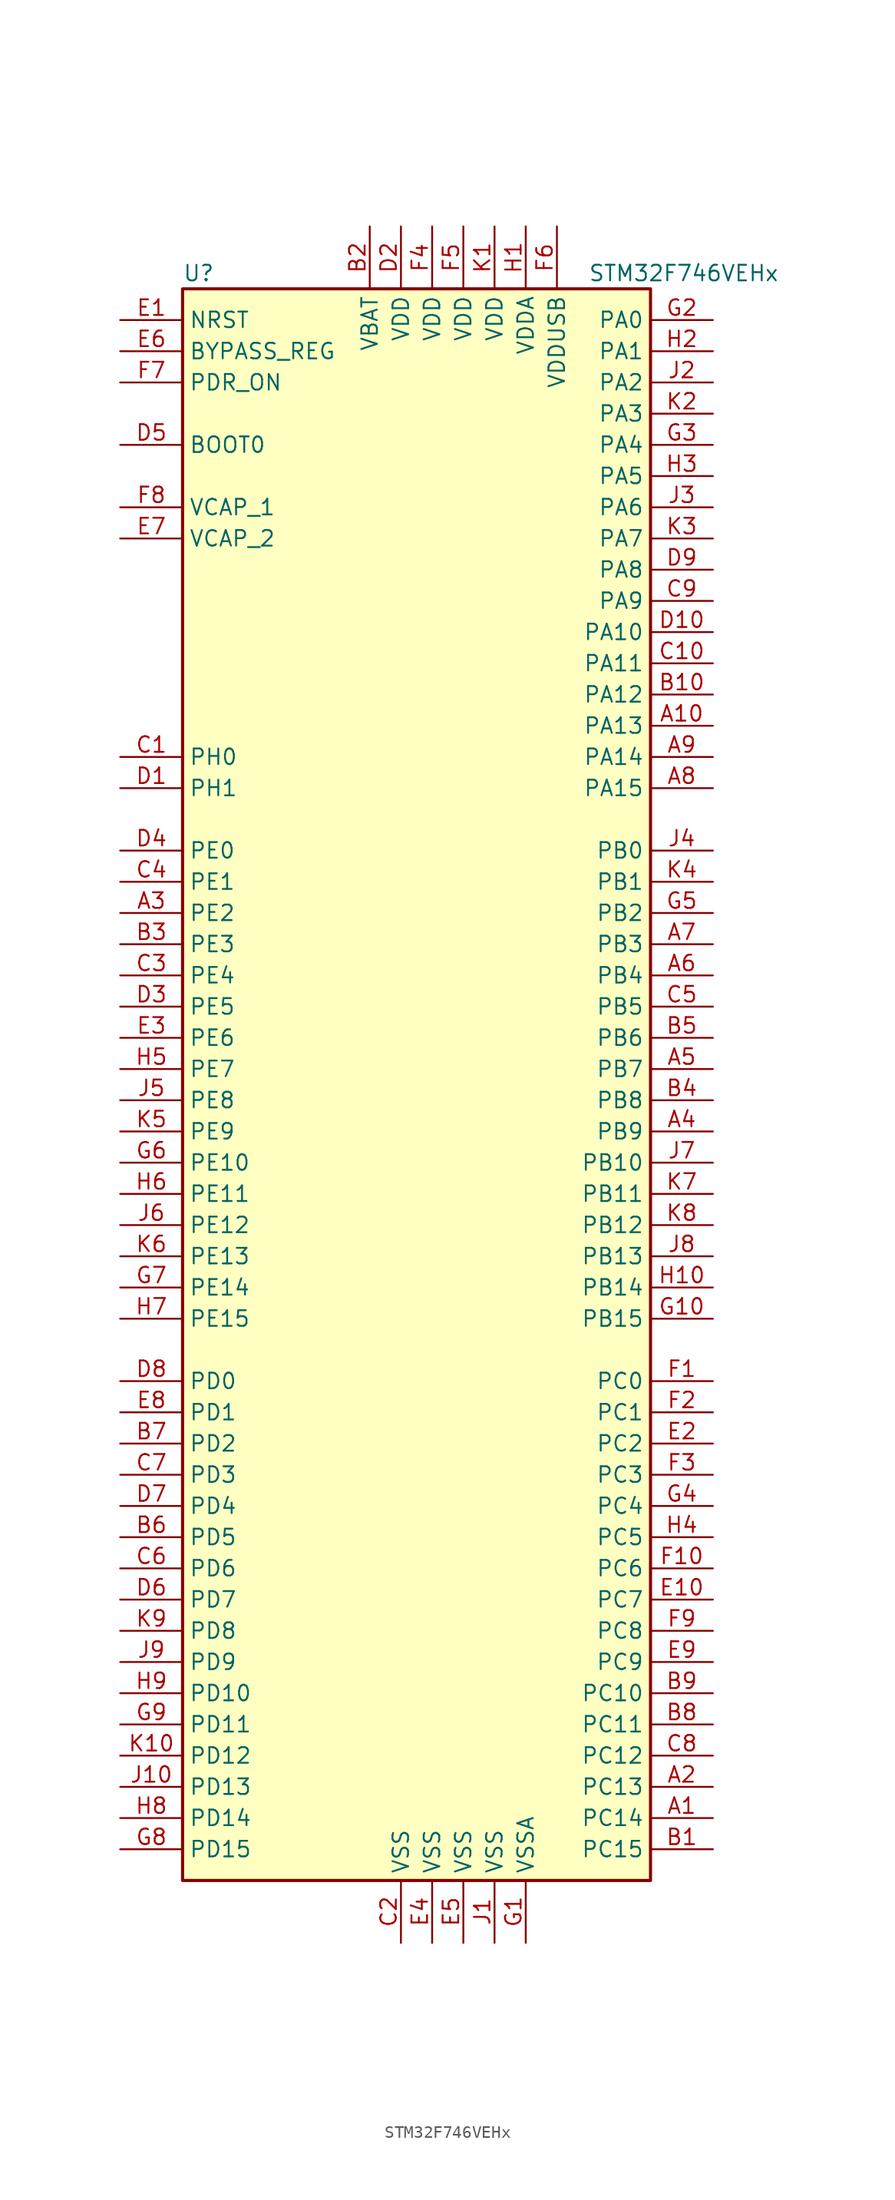
<source format=kicad_sym>
(kicad_symbol_lib
  (version 20201005)
  (generator kicad_symbol_editor)
  (symbol "MCU_ST_STM32F7:STM32F746VEHx"
    (property "Reference" "U"
      (at -20.32 64.77 0)
      (effects (font (size 1.27 1.27)) (justify left)))
    (property "Value" "STM32F746VEHx"
      (at 12.7 64.77 0)
      (effects (font (size 1.27 1.27)) (justify left)))
    (symbol "STM32F746VEHx_0_1"
      (rectangle (start -20.32 -66.04) (end 17.78 63.5) (stroke (width 0.254)) (fill (type background))))
    (symbol "STM32F746VEHx_1_1"
      (pin input line (at -25.4 50.8 0) (length 5.08) (name "BOOT0" (effects (font (size 1.27 1.27)))) (number "D5" (effects (font (size 1.27 1.27)))))
      (pin input line (at -25.4 58.42 0) (length 5.08) (name "BYPASS_REG" (effects (font (size 1.27 1.27)))) (number "E6" (effects (font (size 1.27 1.27)))))
      (pin input line (at -25.4 60.96 0) (length 5.08) (name "NRST" (effects (font (size 1.27 1.27)))) (number "E1" (effects (font (size 1.27 1.27)))))
      (pin bidirectional line (at 22.86 60.96 180) (length 5.08) (name "PA0" (effects (font (size 1.27 1.27)))) (number "G2" (effects (font (size 1.27 1.27)))))
      (pin bidirectional line (at 22.86 58.42 180) (length 5.08) (name "PA1" (effects (font (size 1.27 1.27)))) (number "H2" (effects (font (size 1.27 1.27)))))
      (pin bidirectional line (at 22.86 35.56 180) (length 5.08) (name "PA10" (effects (font (size 1.27 1.27)))) (number "D10" (effects (font (size 1.27 1.27)))))
      (pin bidirectional line (at 22.86 33.02 180) (length 5.08) (name "PA11" (effects (font (size 1.27 1.27)))) (number "C10" (effects (font (size 1.27 1.27)))))
      (pin bidirectional line (at 22.86 30.48 180) (length 5.08) (name "PA12" (effects (font (size 1.27 1.27)))) (number "B10" (effects (font (size 1.27 1.27)))))
      (pin bidirectional line (at 22.86 27.94 180) (length 5.08) (name "PA13" (effects (font (size 1.27 1.27)))) (number "A10" (effects (font (size 1.27 1.27)))))
      (pin bidirectional line (at 22.86 25.4 180) (length 5.08) (name "PA14" (effects (font (size 1.27 1.27)))) (number "A9" (effects (font (size 1.27 1.27)))))
      (pin bidirectional line (at 22.86 22.86 180) (length 5.08) (name "PA15" (effects (font (size 1.27 1.27)))) (number "A8" (effects (font (size 1.27 1.27)))))
      (pin bidirectional line (at 22.86 55.88 180) (length 5.08) (name "PA2" (effects (font (size 1.27 1.27)))) (number "J2" (effects (font (size 1.27 1.27)))))
      (pin bidirectional line (at 22.86 53.34 180) (length 5.08) (name "PA3" (effects (font (size 1.27 1.27)))) (number "K2" (effects (font (size 1.27 1.27)))))
      (pin bidirectional line (at 22.86 50.8 180) (length 5.08) (name "PA4" (effects (font (size 1.27 1.27)))) (number "G3" (effects (font (size 1.27 1.27)))))
      (pin bidirectional line (at 22.86 48.26 180) (length 5.08) (name "PA5" (effects (font (size 1.27 1.27)))) (number "H3" (effects (font (size 1.27 1.27)))))
      (pin bidirectional line (at 22.86 45.72 180) (length 5.08) (name "PA6" (effects (font (size 1.27 1.27)))) (number "J3" (effects (font (size 1.27 1.27)))))
      (pin bidirectional line (at 22.86 43.18 180) (length 5.08) (name "PA7" (effects (font (size 1.27 1.27)))) (number "K3" (effects (font (size 1.27 1.27)))))
      (pin bidirectional line (at 22.86 40.64 180) (length 5.08) (name "PA8" (effects (font (size 1.27 1.27)))) (number "D9" (effects (font (size 1.27 1.27)))))
      (pin bidirectional line (at 22.86 38.1 180) (length 5.08) (name "PA9" (effects (font (size 1.27 1.27)))) (number "C9" (effects (font (size 1.27 1.27)))))
      (pin bidirectional line (at 22.86 17.78 180) (length 5.08) (name "PB0" (effects (font (size 1.27 1.27)))) (number "J4" (effects (font (size 1.27 1.27)))))
      (pin bidirectional line (at 22.86 15.24 180) (length 5.08) (name "PB1" (effects (font (size 1.27 1.27)))) (number "K4" (effects (font (size 1.27 1.27)))))
      (pin bidirectional line (at 22.86 -7.62 180) (length 5.08) (name "PB10" (effects (font (size 1.27 1.27)))) (number "J7" (effects (font (size 1.27 1.27)))))
      (pin bidirectional line (at 22.86 -10.16 180) (length 5.08) (name "PB11" (effects (font (size 1.27 1.27)))) (number "K7" (effects (font (size 1.27 1.27)))))
      (pin bidirectional line (at 22.86 -12.7 180) (length 5.08) (name "PB12" (effects (font (size 1.27 1.27)))) (number "K8" (effects (font (size 1.27 1.27)))))
      (pin bidirectional line (at 22.86 -15.24 180) (length 5.08) (name "PB13" (effects (font (size 1.27 1.27)))) (number "J8" (effects (font (size 1.27 1.27)))))
      (pin bidirectional line (at 22.86 -17.78 180) (length 5.08) (name "PB14" (effects (font (size 1.27 1.27)))) (number "H10" (effects (font (size 1.27 1.27)))))
      (pin bidirectional line (at 22.86 -20.32 180) (length 5.08) (name "PB15" (effects (font (size 1.27 1.27)))) (number "G10" (effects (font (size 1.27 1.27)))))
      (pin bidirectional line (at 22.86 12.7 180) (length 5.08) (name "PB2" (effects (font (size 1.27 1.27)))) (number "G5" (effects (font (size 1.27 1.27)))))
      (pin bidirectional line (at 22.86 10.16 180) (length 5.08) (name "PB3" (effects (font (size 1.27 1.27)))) (number "A7" (effects (font (size 1.27 1.27)))))
      (pin bidirectional line (at 22.86 7.62 180) (length 5.08) (name "PB4" (effects (font (size 1.27 1.27)))) (number "A6" (effects (font (size 1.27 1.27)))))
      (pin bidirectional line (at 22.86 5.08 180) (length 5.08) (name "PB5" (effects (font (size 1.27 1.27)))) (number "C5" (effects (font (size 1.27 1.27)))))
      (pin bidirectional line (at 22.86 2.54 180) (length 5.08) (name "PB6" (effects (font (size 1.27 1.27)))) (number "B5" (effects (font (size 1.27 1.27)))))
      (pin bidirectional line (at 22.86 0 180) (length 5.08) (name "PB7" (effects (font (size 1.27 1.27)))) (number "A5" (effects (font (size 1.27 1.27)))))
      (pin bidirectional line (at 22.86 -2.54 180) (length 5.08) (name "PB8" (effects (font (size 1.27 1.27)))) (number "B4" (effects (font (size 1.27 1.27)))))
      (pin bidirectional line (at 22.86 -5.08 180) (length 5.08) (name "PB9" (effects (font (size 1.27 1.27)))) (number "A4" (effects (font (size 1.27 1.27)))))
      (pin bidirectional line (at 22.86 -25.4 180) (length 5.08) (name "PC0" (effects (font (size 1.27 1.27)))) (number "F1" (effects (font (size 1.27 1.27)))))
      (pin bidirectional line (at 22.86 -27.94 180) (length 5.08) (name "PC1" (effects (font (size 1.27 1.27)))) (number "F2" (effects (font (size 1.27 1.27)))))
      (pin bidirectional line (at 22.86 -50.8 180) (length 5.08) (name "PC10" (effects (font (size 1.27 1.27)))) (number "B9" (effects (font (size 1.27 1.27)))))
      (pin bidirectional line (at 22.86 -53.34 180) (length 5.08) (name "PC11" (effects (font (size 1.27 1.27)))) (number "B8" (effects (font (size 1.27 1.27)))))
      (pin bidirectional line (at 22.86 -55.88 180) (length 5.08) (name "PC12" (effects (font (size 1.27 1.27)))) (number "C8" (effects (font (size 1.27 1.27)))))
      (pin bidirectional line (at 22.86 -58.42 180) (length 5.08) (name "PC13" (effects (font (size 1.27 1.27)))) (number "A2" (effects (font (size 1.27 1.27)))))
      (pin bidirectional line (at 22.86 -60.96 180) (length 5.08) (name "PC14" (effects (font (size 1.27 1.27)))) (number "A1" (effects (font (size 1.27 1.27)))))
      (pin bidirectional line (at 22.86 -63.5 180) (length 5.08) (name "PC15" (effects (font (size 1.27 1.27)))) (number "B1" (effects (font (size 1.27 1.27)))))
      (pin bidirectional line (at 22.86 -30.48 180) (length 5.08) (name "PC2" (effects (font (size 1.27 1.27)))) (number "E2" (effects (font (size 1.27 1.27)))))
      (pin bidirectional line (at 22.86 -33.02 180) (length 5.08) (name "PC3" (effects (font (size 1.27 1.27)))) (number "F3" (effects (font (size 1.27 1.27)))))
      (pin bidirectional line (at 22.86 -35.56 180) (length 5.08) (name "PC4" (effects (font (size 1.27 1.27)))) (number "G4" (effects (font (size 1.27 1.27)))))
      (pin bidirectional line (at 22.86 -38.1 180) (length 5.08) (name "PC5" (effects (font (size 1.27 1.27)))) (number "H4" (effects (font (size 1.27 1.27)))))
      (pin bidirectional line (at 22.86 -40.64 180) (length 5.08) (name "PC6" (effects (font (size 1.27 1.27)))) (number "F10" (effects (font (size 1.27 1.27)))))
      (pin bidirectional line (at 22.86 -43.18 180) (length 5.08) (name "PC7" (effects (font (size 1.27 1.27)))) (number "E10" (effects (font (size 1.27 1.27)))))
      (pin bidirectional line (at 22.86 -45.72 180) (length 5.08) (name "PC8" (effects (font (size 1.27 1.27)))) (number "F9" (effects (font (size 1.27 1.27)))))
      (pin bidirectional line (at 22.86 -48.26 180) (length 5.08) (name "PC9" (effects (font (size 1.27 1.27)))) (number "E9" (effects (font (size 1.27 1.27)))))
      (pin bidirectional line (at -25.4 -25.4 0) (length 5.08) (name "PD0" (effects (font (size 1.27 1.27)))) (number "D8" (effects (font (size 1.27 1.27)))))
      (pin bidirectional line (at -25.4 -27.94 0) (length 5.08) (name "PD1" (effects (font (size 1.27 1.27)))) (number "E8" (effects (font (size 1.27 1.27)))))
      (pin bidirectional line (at -25.4 -50.8 0) (length 5.08) (name "PD10" (effects (font (size 1.27 1.27)))) (number "H9" (effects (font (size 1.27 1.27)))))
      (pin bidirectional line (at -25.4 -53.34 0) (length 5.08) (name "PD11" (effects (font (size 1.27 1.27)))) (number "G9" (effects (font (size 1.27 1.27)))))
      (pin bidirectional line (at -25.4 -55.88 0) (length 5.08) (name "PD12" (effects (font (size 1.27 1.27)))) (number "K10" (effects (font (size 1.27 1.27)))))
      (pin bidirectional line (at -25.4 -58.42 0) (length 5.08) (name "PD13" (effects (font (size 1.27 1.27)))) (number "J10" (effects (font (size 1.27 1.27)))))
      (pin bidirectional line (at -25.4 -60.96 0) (length 5.08) (name "PD14" (effects (font (size 1.27 1.27)))) (number "H8" (effects (font (size 1.27 1.27)))))
      (pin bidirectional line (at -25.4 -63.5 0) (length 5.08) (name "PD15" (effects (font (size 1.27 1.27)))) (number "G8" (effects (font (size 1.27 1.27)))))
      (pin bidirectional line (at -25.4 -30.48 0) (length 5.08) (name "PD2" (effects (font (size 1.27 1.27)))) (number "B7" (effects (font (size 1.27 1.27)))))
      (pin bidirectional line (at -25.4 -33.02 0) (length 5.08) (name "PD3" (effects (font (size 1.27 1.27)))) (number "C7" (effects (font (size 1.27 1.27)))))
      (pin bidirectional line (at -25.4 -35.56 0) (length 5.08) (name "PD4" (effects (font (size 1.27 1.27)))) (number "D7" (effects (font (size 1.27 1.27)))))
      (pin bidirectional line (at -25.4 -38.1 0) (length 5.08) (name "PD5" (effects (font (size 1.27 1.27)))) (number "B6" (effects (font (size 1.27 1.27)))))
      (pin bidirectional line (at -25.4 -40.64 0) (length 5.08) (name "PD6" (effects (font (size 1.27 1.27)))) (number "C6" (effects (font (size 1.27 1.27)))))
      (pin bidirectional line (at -25.4 -43.18 0) (length 5.08) (name "PD7" (effects (font (size 1.27 1.27)))) (number "D6" (effects (font (size 1.27 1.27)))))
      (pin bidirectional line (at -25.4 -45.72 0) (length 5.08) (name "PD8" (effects (font (size 1.27 1.27)))) (number "K9" (effects (font (size 1.27 1.27)))))
      (pin bidirectional line (at -25.4 -48.26 0) (length 5.08) (name "PD9" (effects (font (size 1.27 1.27)))) (number "J9" (effects (font (size 1.27 1.27)))))
      (pin input line (at -25.4 55.88 0) (length 5.08) (name "PDR_ON" (effects (font (size 1.27 1.27)))) (number "F7" (effects (font (size 1.27 1.27)))))
      (pin bidirectional line (at -25.4 17.78 0) (length 5.08) (name "PE0" (effects (font (size 1.27 1.27)))) (number "D4" (effects (font (size 1.27 1.27)))))
      (pin bidirectional line (at -25.4 15.24 0) (length 5.08) (name "PE1" (effects (font (size 1.27 1.27)))) (number "C4" (effects (font (size 1.27 1.27)))))
      (pin bidirectional line (at -25.4 -7.62 0) (length 5.08) (name "PE10" (effects (font (size 1.27 1.27)))) (number "G6" (effects (font (size 1.27 1.27)))))
      (pin bidirectional line (at -25.4 -10.16 0) (length 5.08) (name "PE11" (effects (font (size 1.27 1.27)))) (number "H6" (effects (font (size 1.27 1.27)))))
      (pin bidirectional line (at -25.4 -12.7 0) (length 5.08) (name "PE12" (effects (font (size 1.27 1.27)))) (number "J6" (effects (font (size 1.27 1.27)))))
      (pin bidirectional line (at -25.4 -15.24 0) (length 5.08) (name "PE13" (effects (font (size 1.27 1.27)))) (number "K6" (effects (font (size 1.27 1.27)))))
      (pin bidirectional line (at -25.4 -17.78 0) (length 5.08) (name "PE14" (effects (font (size 1.27 1.27)))) (number "G7" (effects (font (size 1.27 1.27)))))
      (pin bidirectional line (at -25.4 -20.32 0) (length 5.08) (name "PE15" (effects (font (size 1.27 1.27)))) (number "H7" (effects (font (size 1.27 1.27)))))
      (pin bidirectional line (at -25.4 12.7 0) (length 5.08) (name "PE2" (effects (font (size 1.27 1.27)))) (number "A3" (effects (font (size 1.27 1.27)))))
      (pin bidirectional line (at -25.4 10.16 0) (length 5.08) (name "PE3" (effects (font (size 1.27 1.27)))) (number "B3" (effects (font (size 1.27 1.27)))))
      (pin bidirectional line (at -25.4 7.62 0) (length 5.08) (name "PE4" (effects (font (size 1.27 1.27)))) (number "C3" (effects (font (size 1.27 1.27)))))
      (pin bidirectional line (at -25.4 5.08 0) (length 5.08) (name "PE5" (effects (font (size 1.27 1.27)))) (number "D3" (effects (font (size 1.27 1.27)))))
      (pin bidirectional line (at -25.4 2.54 0) (length 5.08) (name "PE6" (effects (font (size 1.27 1.27)))) (number "E3" (effects (font (size 1.27 1.27)))))
      (pin bidirectional line (at -25.4 0 0) (length 5.08) (name "PE7" (effects (font (size 1.27 1.27)))) (number "H5" (effects (font (size 1.27 1.27)))))
      (pin bidirectional line (at -25.4 -2.54 0) (length 5.08) (name "PE8" (effects (font (size 1.27 1.27)))) (number "J5" (effects (font (size 1.27 1.27)))))
      (pin bidirectional line (at -25.4 -5.08 0) (length 5.08) (name "PE9" (effects (font (size 1.27 1.27)))) (number "K5" (effects (font (size 1.27 1.27)))))
      (pin input line (at -25.4 25.4 0) (length 5.08) (name "PH0" (effects (font (size 1.27 1.27)))) (number "C1" (effects (font (size 1.27 1.27)))))
      (pin input line (at -25.4 22.86 0) (length 5.08) (name "PH1" (effects (font (size 1.27 1.27)))) (number "D1" (effects (font (size 1.27 1.27)))))
      (pin power_in line (at -5.08 68.58 270) (length 5.08) (name "VBAT" (effects (font (size 1.27 1.27)))) (number "B2" (effects (font (size 1.27 1.27)))))
      (pin power_in line (at -25.4 45.72 0) (length 5.08) (name "VCAP_1" (effects (font (size 1.27 1.27)))) (number "F8" (effects (font (size 1.27 1.27)))))
      (pin power_in line (at -25.4 43.18 0) (length 5.08) (name "VCAP_2" (effects (font (size 1.27 1.27)))) (number "E7" (effects (font (size 1.27 1.27)))))
      (pin power_in line (at -2.54 68.58 270) (length 5.08) (name "VDD" (effects (font (size 1.27 1.27)))) (number "D2" (effects (font (size 1.27 1.27)))))
      (pin power_in line (at 0 68.58 270) (length 5.08) (name "VDD" (effects (font (size 1.27 1.27)))) (number "F4" (effects (font (size 1.27 1.27)))))
      (pin power_in line (at 2.54 68.58 270) (length 5.08) (name "VDD" (effects (font (size 1.27 1.27)))) (number "F5" (effects (font (size 1.27 1.27)))))
      (pin power_in line (at 5.08 68.58 270) (length 5.08) (name "VDD" (effects (font (size 1.27 1.27)))) (number "K1" (effects (font (size 1.27 1.27)))))
      (pin power_in line (at 7.62 68.58 270) (length 5.08) (name "VDDA" (effects (font (size 1.27 1.27)))) (number "H1" (effects (font (size 1.27 1.27)))))
      (pin power_in line (at 10.16 68.58 270) (length 5.08) (name "VDDUSB" (effects (font (size 1.27 1.27)))) (number "F6" (effects (font (size 1.27 1.27)))))
      (pin power_in line (at -2.54 -71.12 90) (length 5.08) (name "VSS" (effects (font (size 1.27 1.27)))) (number "C2" (effects (font (size 1.27 1.27)))))
      (pin power_in line (at 0 -71.12 90) (length 5.08) (name "VSS" (effects (font (size 1.27 1.27)))) (number "E4" (effects (font (size 1.27 1.27)))))
      (pin power_in line (at 2.54 -71.12 90) (length 5.08) (name "VSS" (effects (font (size 1.27 1.27)))) (number "E5" (effects (font (size 1.27 1.27)))))
      (pin power_in line (at 5.08 -71.12 90) (length 5.08) (name "VSS" (effects (font (size 1.27 1.27)))) (number "J1" (effects (font (size 1.27 1.27)))))
      (pin power_in line (at 7.62 -71.12 90) (length 5.08) (name "VSSA" (effects (font (size 1.27 1.27)))) (number "G1" (effects (font (size 1.27 1.27))))))))
</source>
